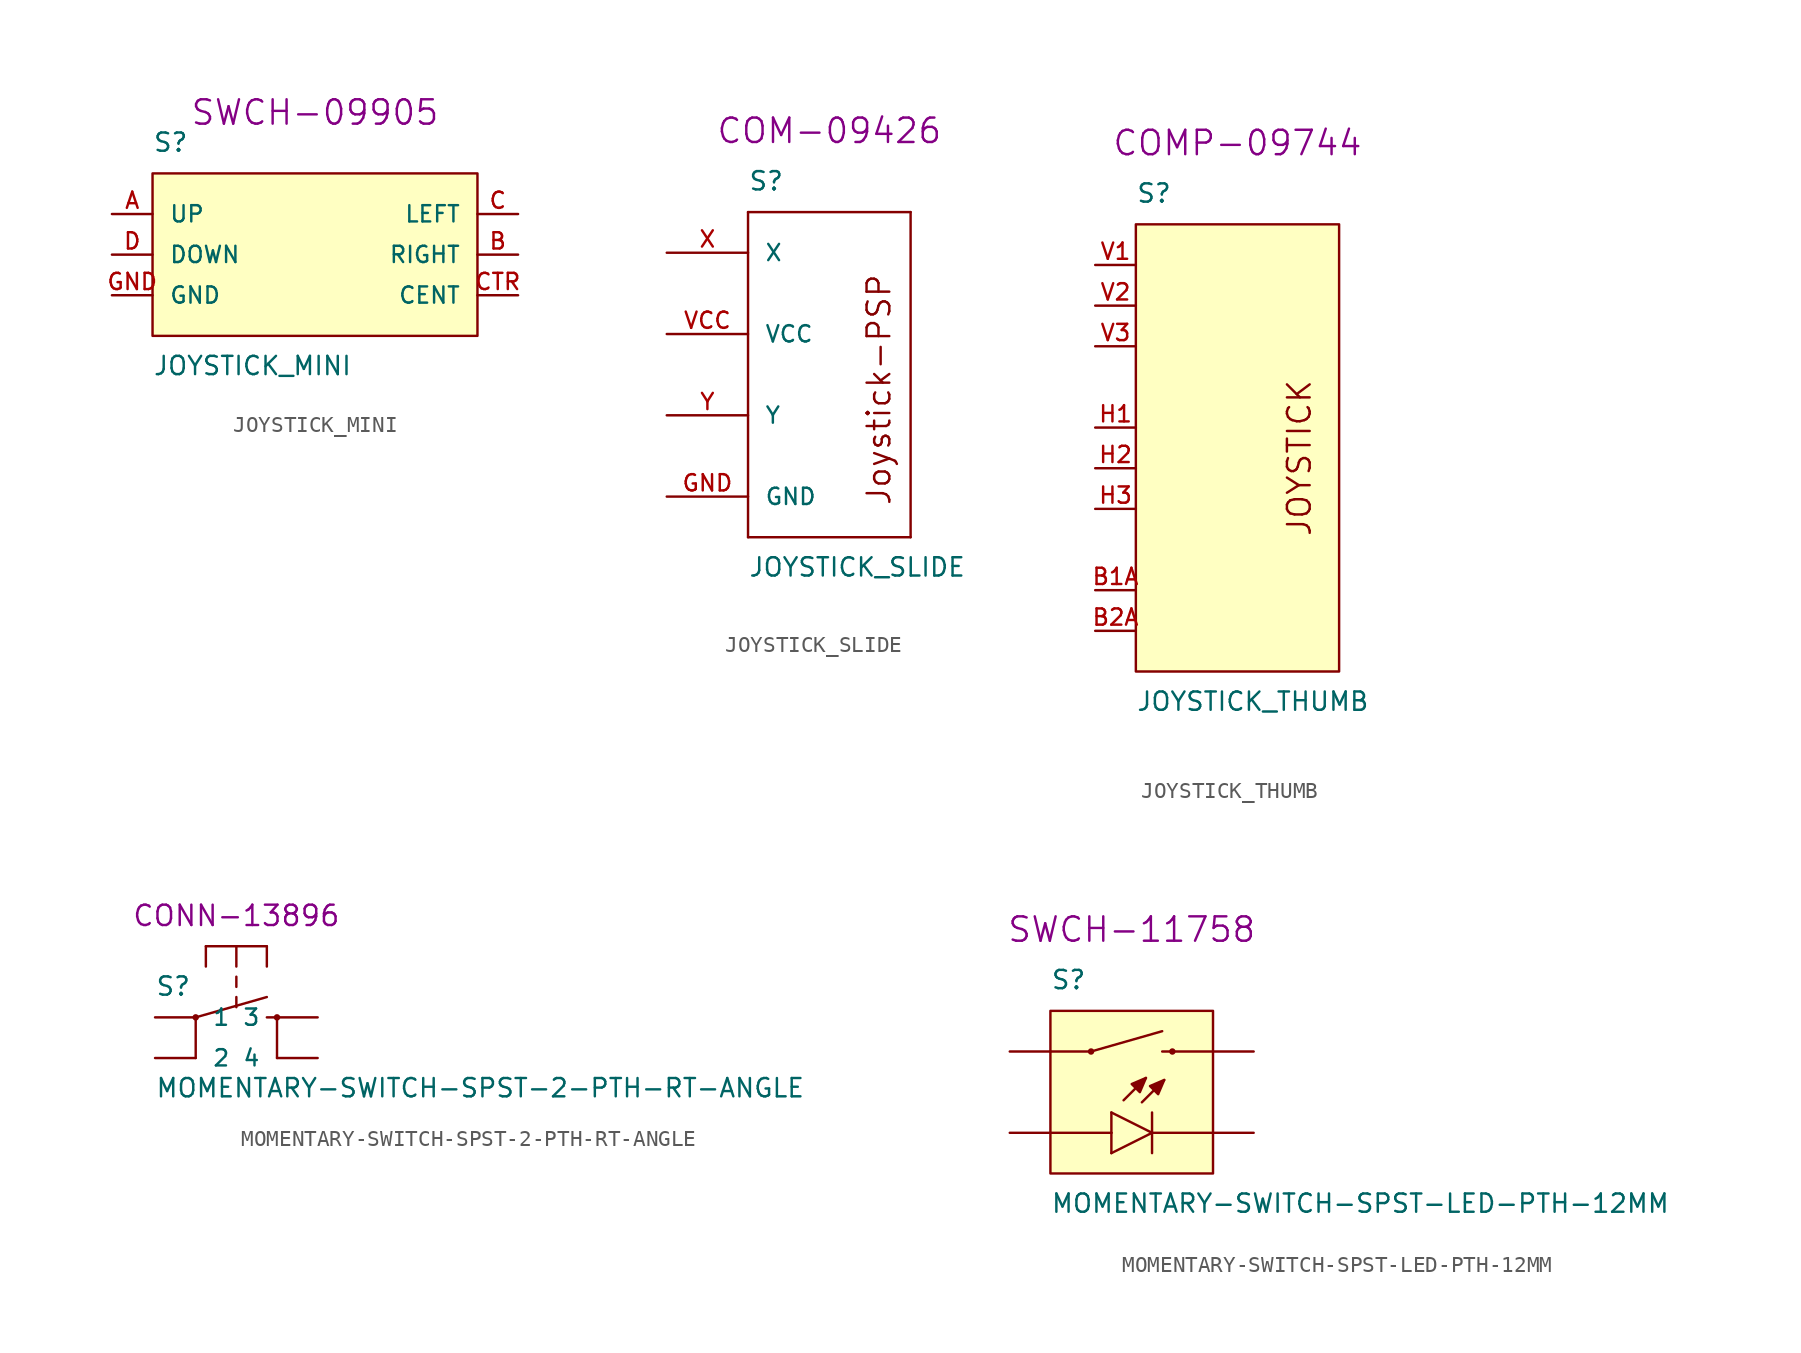
<source format=kicad_sym>
(kicad_symbol_lib
  (version 20201005)
  (generator kicad_symbol_editor)
  (symbol "JOYSTICK_MINI"
    (pin_names
      (offset 1.016))
    (property "Reference" "S"
      (at -10.16 6.35 0)
      (effects (font (size 1.143 1.143)) (justify left bottom)))
    (property "Value" "JOYSTICK_MINI"
      (at -10.16 -7.62 0)
      (effects (font (size 1.143 1.143)) (justify left bottom)))
    (property "Field4" "SWCH-09905"
      (at 0 8.89 0)
      (effects (font (size 1.524 1.524))))
    (property "ki_locked" ""
      (at 0 0 0)
      (effects (font (size 1.27 1.27))))
    (symbol "JOYSTICK_MINI_1_1"
      (polyline (pts (xy -10.16 5.08) (xy 10.16 5.08) (xy 10.16 -5.08) (xy -10.16 -5.08) (xy -10.16 5.08)) (stroke (width 0)) (fill (type background)))
      (pin bidirectional line (at -12.7 2.54 0) (length 2.54) (name "UP" (effects (font (size 1.016 1.016)))) (number "A" (effects (font (size 1.016 1.016)))))
      (pin bidirectional line (at 12.7 0 180) (length 2.54) (name "RIGHT" (effects (font (size 1.016 1.016)))) (number "B" (effects (font (size 1.016 1.016)))))
      (pin bidirectional line (at 12.7 2.54 180) (length 2.54) (name "LEFT" (effects (font (size 1.016 1.016)))) (number "C" (effects (font (size 1.016 1.016)))))
      (pin bidirectional line (at -12.7 0 0) (length 2.54) (name "DOWN" (effects (font (size 1.016 1.016)))) (number "D" (effects (font (size 1.016 1.016)))))
      (pin bidirectional line (at -12.7 -2.54 0) (length 2.54) (name "GND" (effects (font (size 1.016 1.016)))) (number "GND" (effects (font (size 1.016 1.016)))))
      (pin bidirectional line (at 12.7 -2.54 180) (length 2.54) (name "CENT" (effects (font (size 1.016 1.016)))) (number "CTR" (effects (font (size 1.016 1.016)))))))
  (symbol "JOYSTICK_SLIDE"
    (pin_names
      (offset 1.016))
    (property "Reference" "S"
      (at -5.08 13.97 0)
      (effects (font (size 1.143 1.143)) (justify left bottom)))
    (property "Value" "JOYSTICK_SLIDE"
      (at -5.08 -10.16 0)
      (effects (font (size 1.143 1.143)) (justify left bottom)))
    (property "Field4" "COM-09426"
      (at 0 17.78 0)
      (effects (font (size 1.524 1.524))))
    (property "ki_locked" ""
      (at 0 0 0)
      (effects (font (size 1.27 1.27))))
    (symbol "JOYSTICK_SLIDE_1_0"
      (text "Joystick-PSP" (at 3.099 1.6 900) (effects (font (size 1.422 1.422))))
      (polyline (pts (xy -5.08 -7.62) (xy 5.08 -7.62)) (stroke (width 0)) (fill (type none)))
      (polyline (pts (xy -5.08 12.7) (xy -5.08 -7.62)) (stroke (width 0)) (fill (type none)))
      (polyline (pts (xy 5.08 12.7) (xy -5.08 12.7)) (stroke (width 0)) (fill (type none)))
      (polyline (pts (xy 5.08 12.7) (xy 5.08 -7.62)) (stroke (width 0)) (fill (type none))))
    (symbol "JOYSTICK_SLIDE_1_1"
      (pin bidirectional line (at -10.16 10.16 0) (length 5.08) (name "X" (effects (font (size 1.016 1.016)))) (number "X" (effects (font (size 1.016 1.016)))))
      (pin bidirectional line (at -10.16 0 0) (length 5.08) (name "Y" (effects (font (size 1.016 1.016)))) (number "Y" (effects (font (size 1.016 1.016)))))
      (pin bidirectional line (at -10.16 5.08 0) (length 5.08) (name "VCC" (effects (font (size 1.016 1.016)))) (number "VCC" (effects (font (size 1.016 1.016)))))
      (pin bidirectional line (at -10.16 -5.08 0) (length 5.08) (name "GND" (effects (font (size 1.016 1.016)))) (number "GND" (effects (font (size 1.016 1.016)))))))
  (symbol "JOYSTICK_THUMB"
    (pin_names
      (offset 1.016) hide)
    (property "Reference" "S"
      (at -6.35 13.97 0)
      (effects (font (size 1.143 1.143)) (justify left bottom)))
    (property "Value" "JOYSTICK_THUMB"
      (at -6.35 -17.78 0)
      (effects (font (size 1.143 1.143)) (justify left bottom)))
    (property "Field4" "COMP-09744"
      (at 0 17.78 0)
      (effects (font (size 1.524 1.524))))
    (property "ki_locked" ""
      (at 0 0 0)
      (effects (font (size 1.27 1.27))))
    (symbol "JOYSTICK_THUMB_1_0"
      (text "JOYSTICK" (at 3.861 -1.905 900) (effects (font (size 1.422 1.422)))))
    (symbol "JOYSTICK_THUMB_1_1"
      (polyline (pts (xy -6.35 12.7) (xy 6.35 12.7) (xy 6.35 -15.24) (xy -6.35 -15.24) (xy -6.35 12.7)) (stroke (width 0)) (fill (type background)))
      (pin bidirectional line (at -8.89 0 0) (length 2.54) (name "H+" (effects (font (size 1.016 1.016)))) (number "H1" (effects (font (size 1.016 1.016)))))
      (pin bidirectional line (at -8.89 10.16 0) (length 2.54) (name "V+" (effects (font (size 1.016 1.016)))) (number "V1" (effects (font (size 1.016 1.016)))))
      (pin bidirectional line (at -8.89 -2.54 0) (length 2.54) (name "H" (effects (font (size 1.016 1.016)))) (number "H2" (effects (font (size 1.016 1.016)))))
      (pin bidirectional line (at -8.89 7.62 0) (length 2.54) (name "V" (effects (font (size 1.016 1.016)))) (number "V2" (effects (font (size 1.016 1.016)))))
      (pin bidirectional line (at -8.89 -5.08 0) (length 2.54) (name "H-" (effects (font (size 1.016 1.016)))) (number "H3" (effects (font (size 1.016 1.016)))))
      (pin bidirectional line (at -8.89 5.08 0) (length 2.54) (name "V-" (effects (font (size 1.016 1.016)))) (number "V3" (effects (font (size 1.016 1.016)))))
      (pin bidirectional line (at -8.89 -10.16 0) (length 2.54) (name "SEL+" (effects (font (size 1.016 1.016)))) (number "B1A" (effects (font (size 1.016 1.016)))))
      (pin bidirectional line (at -8.89 -12.7 0) (length 2.54) (name "SEL-" (effects (font (size 1.016 1.016)))) (number "B2A" (effects (font (size 1.016 1.016)))))))
  (symbol "MOMENTARY-SWITCH-SPST-2-PTH-RT-ANGLE"
    (pin_numbers hide)
    (pin_names
      (offset 1.016))
    (property "Reference" "S"
      (at -5.08 1.27 0)
      (effects (font (size 1.143 1.143)) (justify left bottom)))
    (property "Value" "MOMENTARY-SWITCH-SPST-2-PTH-RT-ANGLE"
      (at -5.08 -5.08 0)
      (effects (font (size 1.143 1.143)) (justify left bottom)))
    (property "Field4" "CONN-13896"
      (at 0 6.35 0)
      (effects (font (size 1.27 1.27))))
    (symbol "MOMENTARY-SWITCH-SPST-2-PTH-RT-ANGLE_1_0"
      (polyline (pts (xy -2.54 -2.54) (xy -2.54 0)) (stroke (width 0)) (fill (type none)))
      (polyline (pts (xy -2.54 0) (xy 1.905 1.27)) (stroke (width 0)) (fill (type none)))
      (polyline (pts (xy -1.905 4.445) (xy -1.905 3.175)) (stroke (width 0)) (fill (type none)))
      (polyline (pts (xy 0 1.27) (xy 0 0.635)) (stroke (width 0)) (fill (type none)))
      (polyline (pts (xy 0 2.54) (xy 0 1.905)) (stroke (width 0)) (fill (type none)))
      (polyline (pts (xy 0 4.445) (xy -1.905 4.445)) (stroke (width 0)) (fill (type none)))
      (polyline (pts (xy 0 4.445) (xy 0 3.175)) (stroke (width 0)) (fill (type none)))
      (polyline (pts (xy 1.905 0) (xy 2.54 0)) (stroke (width 0)) (fill (type none)))
      (polyline (pts (xy 1.905 4.445) (xy 0 4.445)) (stroke (width 0)) (fill (type none)))
      (polyline (pts (xy 1.905 4.445) (xy 1.905 3.175)) (stroke (width 0)) (fill (type none)))
      (polyline (pts (xy 2.54 -2.54) (xy 2.54 0)) (stroke (width 0)) (fill (type none))))
    (symbol "MOMENTARY-SWITCH-SPST-2-PTH-RT-ANGLE_1_1"
      (circle (center -2.54 0) (radius 0.127) (stroke (width 0)) (fill (type outline)))
      (circle (center 2.54 0) (radius 0.127) (stroke (width 0)) (fill (type outline)))
      (pin passive line (at -5.08 0 0) (length 2.54) (name "1" (effects (font (size 1.016 1.016)))) (number "1" (effects (font (size 1.016 1.016)))))
      (pin passive line (at -5.08 -2.54 0) (length 2.54) (name "2" (effects (font (size 1.016 1.016)))) (number "2" (effects (font (size 1.016 1.016)))))
      (pin passive line (at 5.08 0 180) (length 2.54) (name "3" (effects (font (size 1.016 1.016)))) (number "3" (effects (font (size 1.016 1.016)))))
      (pin passive line (at 5.08 -2.54 180) (length 2.54) (name "4" (effects (font (size 1.016 1.016)))) (number "4" (effects (font (size 1.016 1.016)))))))
  (symbol "MOMENTARY-SWITCH-SPST-LED-PTH-12MM"
    (pin_numbers hide)
    (pin_names
      (offset 1.016) hide)
    (property "Reference" "S"
      (at -5.08 6.35 0)
      (effects (font (size 1.143 1.143)) (justify left bottom)))
    (property "Value" "MOMENTARY-SWITCH-SPST-LED-PTH-12MM"
      (at -5.08 -7.62 0)
      (effects (font (size 1.143 1.143)) (justify left bottom)))
    (property "Field4" "SWCH-11758"
      (at 0 10.16 0)
      (effects (font (size 1.524 1.524))))
    (property "ki_locked" ""
      (at 0 0 0)
      (effects (font (size 1.27 1.27))))
    (symbol "MOMENTARY-SWITCH-SPST-LED-PTH-12MM_1_0"
      (polyline (pts (xy -5.08 -2.54) (xy -1.27 -2.54)) (stroke (width 0)) (fill (type none)))
      (polyline (pts (xy -5.08 2.54) (xy -2.54 2.54)) (stroke (width 0)) (fill (type none)))
      (polyline (pts (xy -2.54 2.54) (xy 1.905 3.81)) (stroke (width 0)) (fill (type none)))
      (polyline (pts (xy -1.27 -3.81) (xy -1.27 -2.54)) (stroke (width 0)) (fill (type none)))
      (polyline (pts (xy -1.27 -3.81) (xy 1.27 -2.54)) (stroke (width 0)) (fill (type none)))
      (polyline (pts (xy -1.27 -2.54) (xy -1.27 -1.27)) (stroke (width 0)) (fill (type none)))
      (polyline (pts (xy -0.508 -0.508) (xy 0.889 0.889)) (stroke (width 0)) (fill (type none)))
      (polyline (pts (xy 0.635 -0.635) (xy 2.032 0.762)) (stroke (width 0)) (fill (type none)))
      (polyline (pts (xy 1.27 -3.81) (xy 1.27 -2.54)) (stroke (width 0)) (fill (type none)))
      (polyline (pts (xy 1.27 -2.54) (xy -1.27 -1.27)) (stroke (width 0)) (fill (type none)))
      (polyline (pts (xy 1.27 -2.54) (xy 1.27 -1.27)) (stroke (width 0)) (fill (type none)))
      (polyline (pts (xy 1.27 -2.54) (xy 5.08 -2.54)) (stroke (width 0)) (fill (type none)))
      (polyline (pts (xy 1.905 2.54) (xy 5.08 2.54)) (stroke (width 0)) (fill (type none))))
    (symbol "MOMENTARY-SWITCH-SPST-LED-PTH-12MM_1_1"
      (circle (center -2.54 2.54) (radius 0.127) (stroke (width 0)) (fill (type outline)))
      (circle (center 2.54 2.54) (radius 0.127) (stroke (width 0)) (fill (type outline)))
      (polyline (pts (xy 0.889 0.889) (xy 0 0.508) (xy 0 0.508) (xy 0.508 0) (xy 0.508 0) (xy 0.889 0.889)) (stroke (width 0)) (fill (type outline)))
      (polyline (pts (xy 2.032 0.762) (xy 1.143 0.381) (xy 1.143 0.381) (xy 1.651 -0.127) (xy 1.651 -0.127) (xy 2.032 0.762)) (stroke (width 0)) (fill (type outline)))
      (polyline (pts (xy -5.08 5.08) (xy -5.08 2.54) (xy -5.08 -2.54) (xy -5.08 -5.08) (xy 5.08 -5.08) (xy 5.08 -2.54) (xy 5.08 2.54) (xy 5.08 5.08) (xy -5.08 5.08)) (stroke (width 0)) (fill (type background)))
      (pin passive line (at 7.62 2.54 180) (length 2.54) (name "2" (effects (font (size 1.016 1.016)))) (number "2" (effects (font (size 1.016 1.016)))))
      (pin passive line (at -7.62 2.54 0) (length 2.54) (name "1" (effects (font (size 1.016 1.016)))) (number "4" (effects (font (size 1.016 1.016)))))
      (pin passive line (at -7.62 -2.54 0) (length 2.54) (name "A" (effects (font (size 1.016 1.016)))) (number "A" (effects (font (size 1.016 1.016)))))
      (pin passive line (at 7.62 -2.54 180) (length 2.54) (name "C" (effects (font (size 1.016 1.016)))) (number "C" (effects (font (size 1.016 1.016))))))))
</source>
